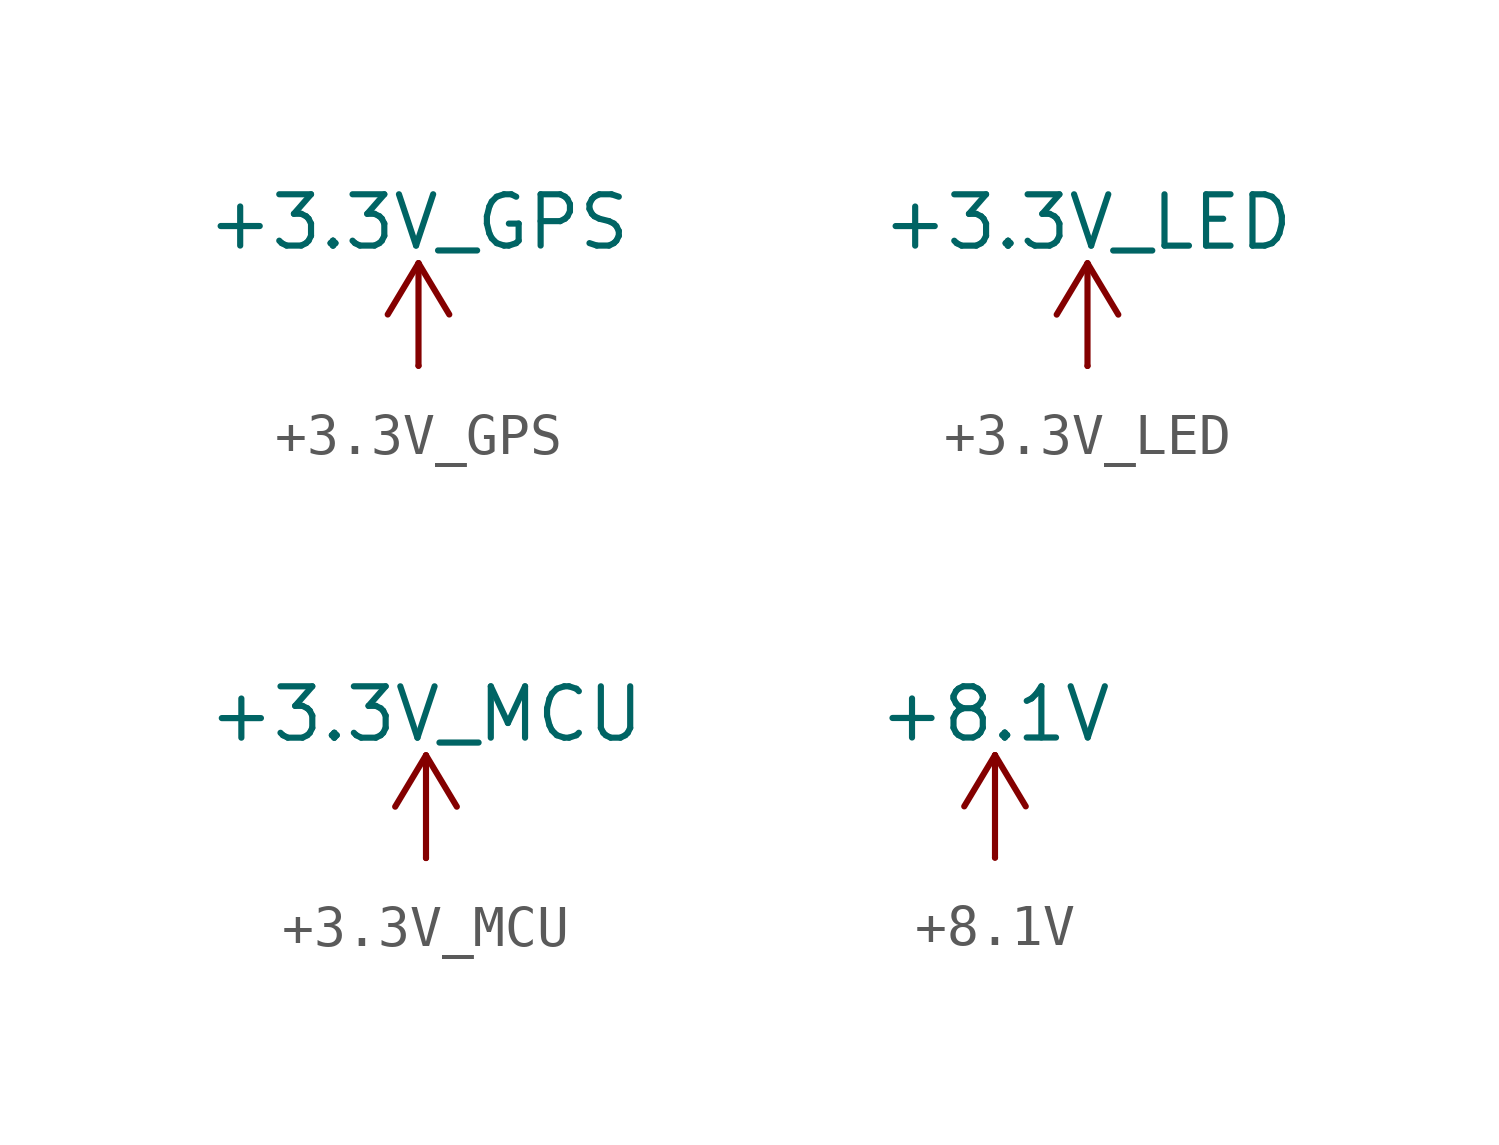
<source format=kicad_sym>
(kicad_symbol_lib
  (version 20231120)
  (generator "kicad_symbol_editor")
  (generator_version "8.0")
  (symbol "+3.3V_GPS"
    (power)
    (pin_numbers hide)
    (pin_names
      (offset 0) hide)
    (property "Reference" "#PWR"
      (at 0 -3.81 0)
      (effects (font (size 1.27 1.27)) (hide yes)))
    (property "Value" "+3.3V_GPS"
      (at 0 3.556 0)
      (effects (font (size 1.27 1.27))))
    (symbol "+3.3V_GPS_0_1"
      (polyline (pts (xy -0.762 1.27) (xy 0 2.54)) (stroke (width 0) (type default)) (fill (type none)))
      (polyline (pts (xy 0 0) (xy 0 2.54)) (stroke (width 0) (type default)) (fill (type none)))
      (polyline (pts (xy 0 2.54) (xy 0.762 1.27)) (stroke (width 0) (type default)) (fill (type none))))
    (symbol "+3.3V_GPS_1_1"
      (pin power_in line (at 0 0 90) (length 0) (name "~" (effects (font (size 1.27 1.27)))) (number "1" (effects (font (size 1.27 1.27)))))))
  (symbol "+3.3V_LED"
    (power)
    (pin_numbers hide)
    (pin_names
      (offset 0) hide)
    (property "Reference" "#PWR"
      (at 0 -3.81 0)
      (effects (font (size 1.27 1.27)) (hide yes)))
    (property "Value" "+3.3V_LED"
      (at 0 3.556 0)
      (effects (font (size 1.27 1.27))))
    (symbol "+3.3V_LED_0_1"
      (polyline (pts (xy -0.762 1.27) (xy 0 2.54)) (stroke (width 0) (type default)) (fill (type none)))
      (polyline (pts (xy 0 0) (xy 0 2.54)) (stroke (width 0) (type default)) (fill (type none)))
      (polyline (pts (xy 0 2.54) (xy 0.762 1.27)) (stroke (width 0) (type default)) (fill (type none))))
    (symbol "+3.3V_LED_1_1"
      (pin power_in line (at 0 0 90) (length 0) (name "~" (effects (font (size 1.27 1.27)))) (number "1" (effects (font (size 1.27 1.27)))))))
  (symbol "+3.3V_MCU"
    (power)
    (pin_numbers hide)
    (pin_names
      (offset 0) hide)
    (property "Reference" "#PWR"
      (at 0 -3.81 0)
      (effects (font (size 1.27 1.27)) (hide yes)))
    (property "Value" "+3.3V_MCU"
      (at 0 3.556 0)
      (effects (font (size 1.27 1.27))))
    (symbol "+3.3V_MCU_0_1"
      (polyline (pts (xy -0.762 1.27) (xy 0 2.54)) (stroke (width 0) (type default)) (fill (type none)))
      (polyline (pts (xy 0 0) (xy 0 2.54)) (stroke (width 0) (type default)) (fill (type none)))
      (polyline (pts (xy 0 2.54) (xy 0.762 1.27)) (stroke (width 0) (type default)) (fill (type none))))
    (symbol "+3.3V_MCU_1_1"
      (pin power_in line (at 0 0 90) (length 0) (name "~" (effects (font (size 1.27 1.27)))) (number "1" (effects (font (size 1.27 1.27)))))))
  (symbol "+8.1V"
    (power)
    (pin_numbers hide)
    (pin_names
      (offset 0) hide)
    (property "Reference" "#PWR"
      (at 0 -3.81 0)
      (effects (font (size 1.27 1.27)) (hide yes)))
    (property "Value" "+8.1V"
      (at 0 3.556 0)
      (effects (font (size 1.27 1.27))))
    (symbol "+8.1V_0_1"
      (polyline (pts (xy -0.762 1.27) (xy 0 2.54)) (stroke (width 0) (type default)) (fill (type none)))
      (polyline (pts (xy 0 0) (xy 0 2.54)) (stroke (width 0) (type default)) (fill (type none)))
      (polyline (pts (xy 0 2.54) (xy 0.762 1.27)) (stroke (width 0) (type default)) (fill (type none))))
    (symbol "+8.1V_1_1"
      (pin power_in line (at 0 0 90) (length 0) (name "~" (effects (font (size 1.27 1.27)))) (number "1" (effects (font (size 1.27 1.27))))))))
</source>
